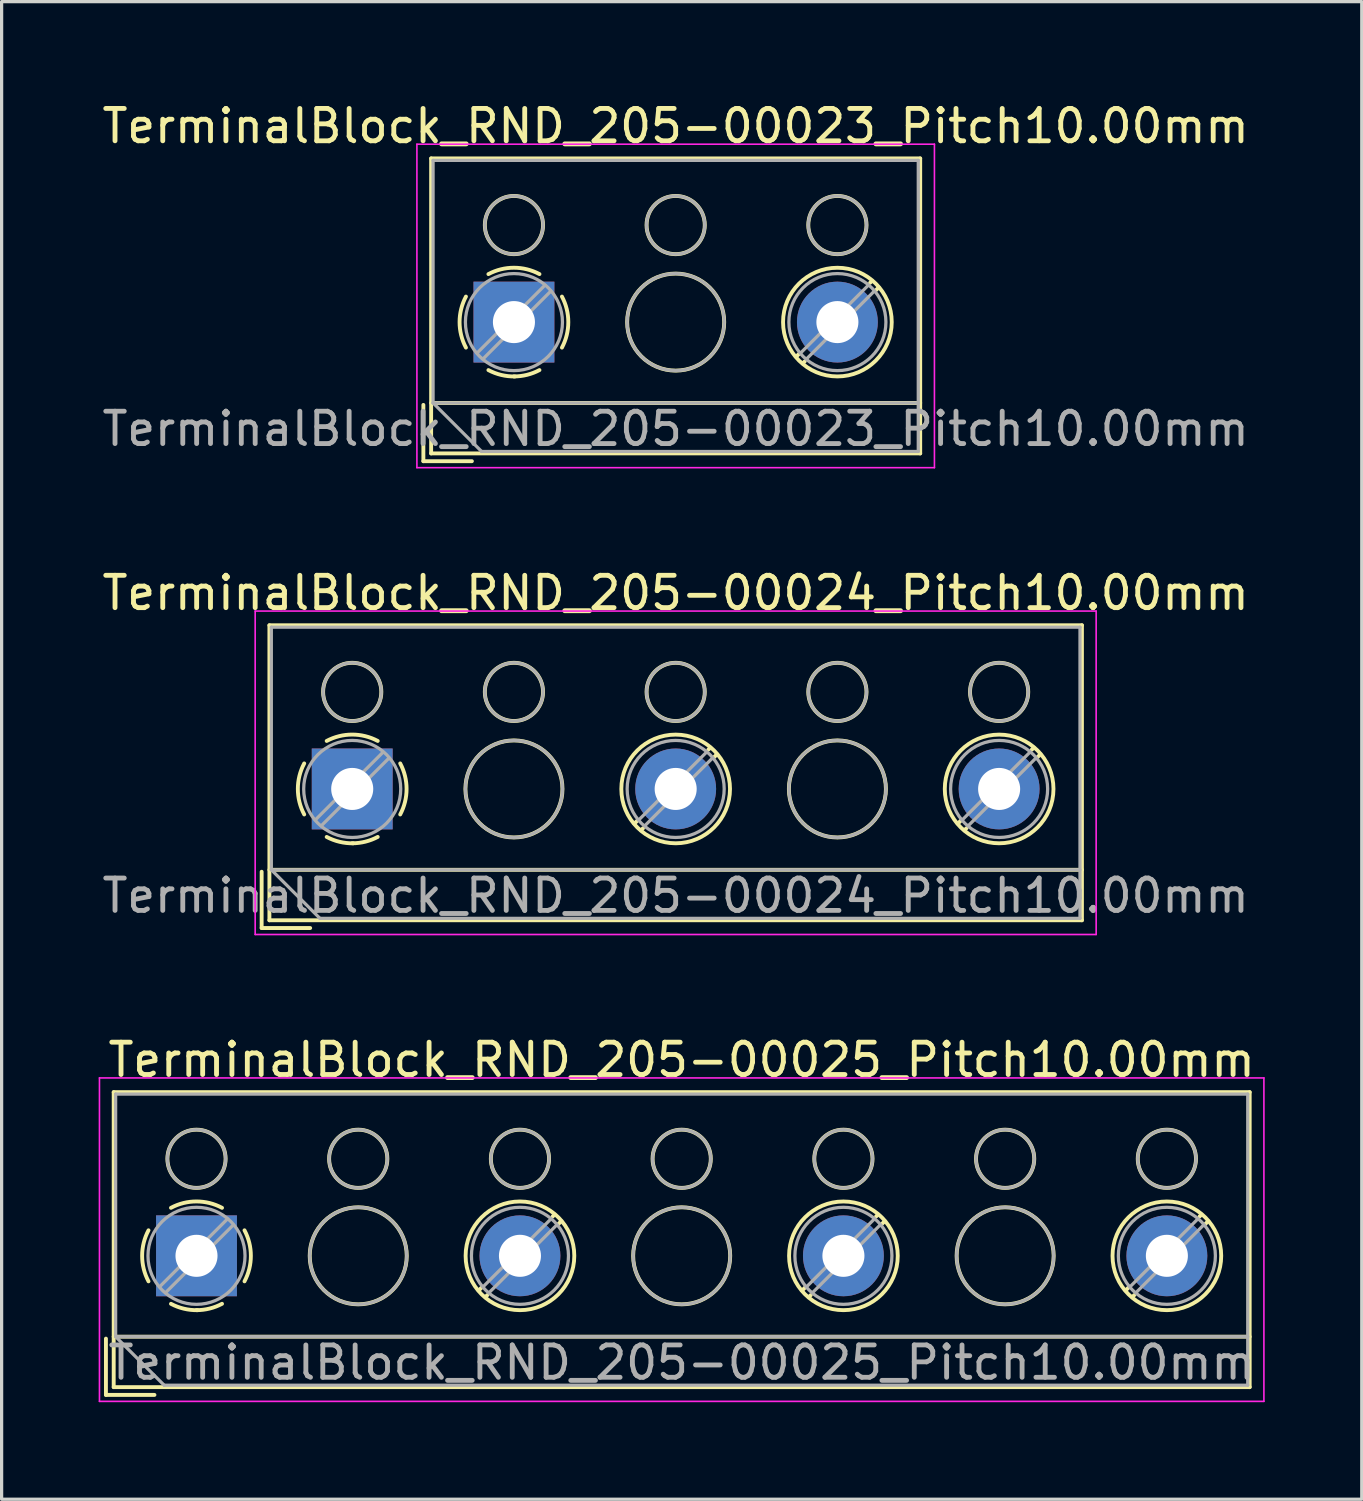
<source format=kicad_pcb>
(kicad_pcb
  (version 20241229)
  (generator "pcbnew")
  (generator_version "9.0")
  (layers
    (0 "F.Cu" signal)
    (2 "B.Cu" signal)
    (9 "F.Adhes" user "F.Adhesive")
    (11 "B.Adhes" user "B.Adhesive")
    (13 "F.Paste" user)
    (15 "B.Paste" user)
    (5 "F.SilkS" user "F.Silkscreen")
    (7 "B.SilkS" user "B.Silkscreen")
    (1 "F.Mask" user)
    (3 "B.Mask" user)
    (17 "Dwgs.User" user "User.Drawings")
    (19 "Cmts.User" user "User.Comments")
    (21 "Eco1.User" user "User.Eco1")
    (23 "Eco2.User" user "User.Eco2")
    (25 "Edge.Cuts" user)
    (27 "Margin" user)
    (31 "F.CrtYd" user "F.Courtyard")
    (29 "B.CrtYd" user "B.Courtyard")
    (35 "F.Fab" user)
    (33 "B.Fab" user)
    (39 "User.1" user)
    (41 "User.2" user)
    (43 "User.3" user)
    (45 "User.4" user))
  (footprint "TerminalBlock_RND_205-00024_Pitch10.00mm"
    (layer "F.Cu")
    (at 7.839 21.341)
    (property "Reference" "TerminalBlock_RND_205-00024_Pitch10.00mm" (at 10 -6.06 0) (layer "F.SilkS") (effects (font (size 1 1) (thickness 0.15))))
    (attr through_hole)
    (fp_line (start -2.8 2.56) (end -2.8 4.3) (stroke (width 0.12) (type solid)) (layer "F.SilkS"))
    (fp_line (start -2.8 4.3) (end -1.3 4.3) (stroke (width 0.12) (type solid)) (layer "F.SilkS"))
    (fp_line (start -2.56 -5.06) (end -2.56 4.06) (stroke (width 0.12) (type solid)) (layer "F.SilkS"))
    (fp_line (start -2.56 2.5) (end 22.56 2.5) (stroke (width 0.12) (type solid)) (layer "F.SilkS"))
    (fp_line (start -2.56 4.06) (end 22.56 4.06) (stroke (width 0.12) (type solid)) (layer "F.SilkS"))
    (fp_line (start 8.82 0.976) (end 8.726 1.069) (stroke (width 0.12) (type solid)) (layer "F.SilkS"))
    (fp_line (start 8.99 1.216) (end 8.931 1.274) (stroke (width 0.12) (type solid)) (layer "F.SilkS"))
    (fp_line (start 11.07 -1.275) (end 11.011 -1.216) (stroke (width 0.12) (type solid)) (layer "F.SilkS"))
    (fp_line (start 11.275 -1.069) (end 11.181 -0.976) (stroke (width 0.12) (type solid)) (layer "F.SilkS"))
    (fp_line (start 18.82 0.976) (end 18.726 1.069) (stroke (width 0.12) (type solid)) (layer "F.SilkS"))
    (fp_line (start 18.99 1.216) (end 18.931 1.274) (stroke (width 0.12) (type solid)) (layer "F.SilkS"))
    (fp_line (start 21.07 -1.275) (end 21.011 -1.216) (stroke (width 0.12) (type solid)) (layer "F.SilkS"))
    (fp_line (start 21.275 -1.069) (end 21.181 -0.976) (stroke (width 0.12) (type solid)) (layer "F.SilkS"))
    (fp_line (start 22.56 -5.06) (end -2.56 -5.06) (stroke (width 0.12) (type solid)) (layer "F.SilkS"))
    (fp_line (start 22.56 4.06) (end 22.56 -5.06) (stroke (width 0.12) (type solid)) (layer "F.SilkS"))
    (fp_arc (start -1.483953 0.789089) (mid -1.680708 0.00005) (end -1.484 -0.789) (stroke (width 0.12) (type solid)) (layer "F.SilkS"))
    (fp_arc (start -0.789089 -1.483953) (mid -0.00005 -1.680708) (end 0.789 -1.484) (stroke (width 0.12) (type solid)) (layer "F.SilkS"))
    (fp_arc (start 0.029383 1.68045) (mid -0.392304 1.634281) (end -0.789 1.484) (stroke (width 0.12) (type solid)) (layer "F.SilkS"))
    (fp_arc (start 0.788712 1.483352) (mid 0.406429 1.630097) (end 0 1.68) (stroke (width 0.12) (type solid)) (layer "F.SilkS"))
    (fp_arc (start 1.483953 -0.789089) (mid 1.680708 -0.00005) (end 1.484 0.789) (stroke (width 0.12) (type solid)) (layer "F.SilkS"))
    (fp_circle (center 0 -3) (end 0.9 -3) (stroke (width 0.12) (type solid)) (fill no) (layer "F.SilkS"))
    (fp_circle (center 5 -3) (end 5.9 -3) (stroke (width 0.12) (type solid)) (fill no) (layer "F.SilkS"))
    (fp_circle (center 5 0) (end 6.5 0) (stroke (width 0.12) (type solid)) (fill no) (layer "F.SilkS"))
    (fp_circle (center 10 -3) (end 10.9 -3) (stroke (width 0.12) (type solid)) (fill no) (layer "F.SilkS"))
    (fp_circle (center 10 0) (end 11.68 0) (stroke (width 0.12) (type solid)) (fill no) (layer "F.SilkS"))
    (fp_circle (center 15 -3) (end 15.9 -3) (stroke (width 0.12) (type solid)) (fill no) (layer "F.SilkS"))
    (fp_circle (center 15 0) (end 16.5 0) (stroke (width 0.12) (type solid)) (fill no) (layer "F.SilkS"))
    (fp_circle (center 20 -3) (end 20.9 -3) (stroke (width 0.12) (type solid)) (fill no) (layer "F.SilkS"))
    (fp_circle (center 20 0) (end 21.68 0) (stroke (width 0.12) (type solid)) (fill no) (layer "F.SilkS"))
    (fp_line (start -3 -5.5) (end -3 4.5) (stroke (width 0.05) (type solid)) (layer "F.CrtYd"))
    (fp_line (start -3 4.5) (end 23 4.5) (stroke (width 0.05) (type solid)) (layer "F.CrtYd"))
    (fp_line (start 23 -5.5) (end -3 -5.5) (stroke (width 0.05) (type solid)) (layer "F.CrtYd"))
    (fp_line (start 23 4.5) (end 23 -5.5) (stroke (width 0.05) (type solid)) (layer "F.CrtYd"))
    (fp_line (start -2.5 -5) (end 22.5 -5) (stroke (width 0.1) (type solid)) (layer "F.Fab"))
    (fp_line (start -2.5 2.5) (end -2.5 -5) (stroke (width 0.1) (type solid)) (layer "F.Fab"))
    (fp_line (start -2.5 2.5) (end 22.5 2.5) (stroke (width 0.1) (type solid)) (layer "F.Fab"))
    (fp_line (start -1 4) (end -2.5 2.5) (stroke (width 0.1) (type solid)) (layer "F.Fab"))
    (fp_line (start 0.955 -1.138) (end -1.138 0.955) (stroke (width 0.1) (type solid)) (layer "F.Fab"))
    (fp_line (start 1.138 -0.955) (end -0.955 1.138) (stroke (width 0.1) (type solid)) (layer "F.Fab"))
    (fp_line (start 10.955 -1.138) (end 8.863 0.955) (stroke (width 0.1) (type solid)) (layer "F.Fab"))
    (fp_line (start 11.138 -0.955) (end 9.046 1.138) (stroke (width 0.1) (type solid)) (layer "F.Fab"))
    (fp_line (start 20.955 -1.138) (end 18.863 0.955) (stroke (width 0.1) (type solid)) (layer "F.Fab"))
    (fp_line (start 21.138 -0.955) (end 19.046 1.138) (stroke (width 0.1) (type solid)) (layer "F.Fab"))
    (fp_line (start 22.5 -5) (end 22.5 4) (stroke (width 0.1) (type solid)) (layer "F.Fab"))
    (fp_line (start 22.5 4) (end -1 4) (stroke (width 0.1) (type solid)) (layer "F.Fab"))
    (fp_circle (center 0 -3) (end 0.9 -3) (stroke (width 0.1) (type solid)) (fill no) (layer "F.Fab"))
    (fp_circle (center 0 0) (end 1.5 0) (stroke (width 0.1) (type solid)) (fill no) (layer "F.Fab"))
    (fp_circle (center 5 -3) (end 5.9 -3) (stroke (width 0.1) (type solid)) (fill no) (layer "F.Fab"))
    (fp_circle (center 5 0) (end 6.5 0) (stroke (width 0.1) (type solid)) (fill no) (layer "F.Fab"))
    (fp_circle (center 10 -3) (end 10.9 -3) (stroke (width 0.1) (type solid)) (fill no) (layer "F.Fab"))
    (fp_circle (center 10 0) (end 11.5 0) (stroke (width 0.1) (type solid)) (fill no) (layer "F.Fab"))
    (fp_circle (center 15 -3) (end 15.9 -3) (stroke (width 0.1) (type solid)) (fill no) (layer "F.Fab"))
    (fp_circle (center 15 0) (end 16.5 0) (stroke (width 0.1) (type solid)) (fill no) (layer "F.Fab"))
    (fp_circle (center 20 -3) (end 20.9 -3) (stroke (width 0.1) (type solid)) (fill no) (layer "F.Fab"))
    (fp_circle (center 20 0) (end 21.5 0) (stroke (width 0.1) (type solid)) (fill no) (layer "F.Fab"))
    (fp_text user "${REFERENCE}" (at 10 3.3 0) (layer "F.Fab") (effects (font (size 1 1) (thickness 0.15))))
    (pad "1" thru_hole rect (at 0 0) (size 2.5 2.5) (drill 1.3) (layers "*.Cu" "*.Mask"))
    (pad "2" thru_hole circle (at 10 0) (size 2.5 2.5) (drill 1.3) (layers "*.Cu" "*.Mask"))
    (pad "3" thru_hole circle (at 20 0) (size 2.5 2.5) (drill 1.3) (layers "*.Cu" "*.Mask")))
  (footprint "TerminalBlock_RND_205-00025_Pitch10.00mm"
    (layer "F.Cu")
    (at 3.025 35.775)
    (property "Reference" "TerminalBlock_RND_205-00025_Pitch10.00mm" (at 15 -6.06 0) (layer "F.SilkS") (effects (font (size 1 1) (thickness 0.15))))
    (attr through_hole)
    (fp_line (start -2.8 2.56) (end -2.8 4.3) (stroke (width 0.12) (type solid)) (layer "F.SilkS"))
    (fp_line (start -2.8 4.3) (end -1.3 4.3) (stroke (width 0.12) (type solid)) (layer "F.SilkS"))
    (fp_line (start -2.56 -5.06) (end -2.56 4.06) (stroke (width 0.12) (type solid)) (layer "F.SilkS"))
    (fp_line (start -2.56 2.5) (end 32.56 2.5) (stroke (width 0.12) (type solid)) (layer "F.SilkS"))
    (fp_line (start -2.56 4.06) (end 32.56 4.06) (stroke (width 0.12) (type solid)) (layer "F.SilkS"))
    (fp_line (start 8.82 0.976) (end 8.726 1.069) (stroke (width 0.12) (type solid)) (layer "F.SilkS"))
    (fp_line (start 8.99 1.216) (end 8.931 1.274) (stroke (width 0.12) (type solid)) (layer "F.SilkS"))
    (fp_line (start 11.07 -1.275) (end 11.011 -1.216) (stroke (width 0.12) (type solid)) (layer "F.SilkS"))
    (fp_line (start 11.275 -1.069) (end 11.181 -0.976) (stroke (width 0.12) (type solid)) (layer "F.SilkS"))
    (fp_line (start 18.82 0.976) (end 18.726 1.069) (stroke (width 0.12) (type solid)) (layer "F.SilkS"))
    (fp_line (start 18.99 1.216) (end 18.931 1.274) (stroke (width 0.12) (type solid)) (layer "F.SilkS"))
    (fp_line (start 21.07 -1.275) (end 21.011 -1.216) (stroke (width 0.12) (type solid)) (layer "F.SilkS"))
    (fp_line (start 21.275 -1.069) (end 21.181 -0.976) (stroke (width 0.12) (type solid)) (layer "F.SilkS"))
    (fp_line (start 28.82 0.976) (end 28.726 1.069) (stroke (width 0.12) (type solid)) (layer "F.SilkS"))
    (fp_line (start 28.99 1.216) (end 28.931 1.274) (stroke (width 0.12) (type solid)) (layer "F.SilkS"))
    (fp_line (start 31.07 -1.275) (end 31.011 -1.216) (stroke (width 0.12) (type solid)) (layer "F.SilkS"))
    (fp_line (start 31.275 -1.069) (end 31.181 -0.976) (stroke (width 0.12) (type solid)) (layer "F.SilkS"))
    (fp_line (start 32.56 -5.06) (end -2.56 -5.06) (stroke (width 0.12) (type solid)) (layer "F.SilkS"))
    (fp_line (start 32.56 4.06) (end 32.56 -5.06) (stroke (width 0.12) (type solid)) (layer "F.SilkS"))
    (fp_arc (start -1.483953 0.789089) (mid -1.680708 0.00005) (end -1.484 -0.789) (stroke (width 0.12) (type solid)) (layer "F.SilkS"))
    (fp_arc (start -0.789089 -1.483953) (mid -0.00005 -1.680708) (end 0.789 -1.484) (stroke (width 0.12) (type solid)) (layer "F.SilkS"))
    (fp_arc (start 0.029383 1.68045) (mid -0.392304 1.634281) (end -0.789 1.484) (stroke (width 0.12) (type solid)) (layer "F.SilkS"))
    (fp_arc (start 0.788712 1.483352) (mid 0.406429 1.630097) (end 0 1.68) (stroke (width 0.12) (type solid)) (layer "F.SilkS"))
    (fp_arc (start 1.483953 -0.789089) (mid 1.680708 -0.00005) (end 1.484 0.789) (stroke (width 0.12) (type solid)) (layer "F.SilkS"))
    (fp_circle (center 0 -3) (end 0.9 -3) (stroke (width 0.12) (type solid)) (fill no) (layer "F.SilkS"))
    (fp_circle (center 5 -3) (end 5.9 -3) (stroke (width 0.12) (type solid)) (fill no) (layer "F.SilkS"))
    (fp_circle (center 5 0) (end 6.5 0) (stroke (width 0.12) (type solid)) (fill no) (layer "F.SilkS"))
    (fp_circle (center 10 -3) (end 10.9 -3) (stroke (width 0.12) (type solid)) (fill no) (layer "F.SilkS"))
    (fp_circle (center 10 0) (end 11.68 0) (stroke (width 0.12) (type solid)) (fill no) (layer "F.SilkS"))
    (fp_circle (center 15 -3) (end 15.9 -3) (stroke (width 0.12) (type solid)) (fill no) (layer "F.SilkS"))
    (fp_circle (center 15 0) (end 16.5 0) (stroke (width 0.12) (type solid)) (fill no) (layer "F.SilkS"))
    (fp_circle (center 20 -3) (end 20.9 -3) (stroke (width 0.12) (type solid)) (fill no) (layer "F.SilkS"))
    (fp_circle (center 20 0) (end 21.68 0) (stroke (width 0.12) (type solid)) (fill no) (layer "F.SilkS"))
    (fp_circle (center 25 -3) (end 25.9 -3) (stroke (width 0.12) (type solid)) (fill no) (layer "F.SilkS"))
    (fp_circle (center 25 0) (end 26.5 0) (stroke (width 0.12) (type solid)) (fill no) (layer "F.SilkS"))
    (fp_circle (center 30 -3) (end 30.9 -3) (stroke (width 0.12) (type solid)) (fill no) (layer "F.SilkS"))
    (fp_circle (center 30 0) (end 31.68 0) (stroke (width 0.12) (type solid)) (fill no) (layer "F.SilkS"))
    (fp_line (start -3 -5.5) (end -3 4.5) (stroke (width 0.05) (type solid)) (layer "F.CrtYd"))
    (fp_line (start -3 4.5) (end 33 4.5) (stroke (width 0.05) (type solid)) (layer "F.CrtYd"))
    (fp_line (start 33 -5.5) (end -3 -5.5) (stroke (width 0.05) (type solid)) (layer "F.CrtYd"))
    (fp_line (start 33 4.5) (end 33 -5.5) (stroke (width 0.05) (type solid)) (layer "F.CrtYd"))
    (fp_line (start -2.5 -5) (end 32.5 -5) (stroke (width 0.1) (type solid)) (layer "F.Fab"))
    (fp_line (start -2.5 2.5) (end -2.5 -5) (stroke (width 0.1) (type solid)) (layer "F.Fab"))
    (fp_line (start -2.5 2.5) (end 32.5 2.5) (stroke (width 0.1) (type solid)) (layer "F.Fab"))
    (fp_line (start -1 4) (end -2.5 2.5) (stroke (width 0.1) (type solid)) (layer "F.Fab"))
    (fp_line (start 0.955 -1.138) (end -1.138 0.955) (stroke (width 0.1) (type solid)) (layer "F.Fab"))
    (fp_line (start 1.138 -0.955) (end -0.955 1.138) (stroke (width 0.1) (type solid)) (layer "F.Fab"))
    (fp_line (start 10.955 -1.138) (end 8.863 0.955) (stroke (width 0.1) (type solid)) (layer "F.Fab"))
    (fp_line (start 11.138 -0.955) (end 9.046 1.138) (stroke (width 0.1) (type solid)) (layer "F.Fab"))
    (fp_line (start 20.955 -1.138) (end 18.863 0.955) (stroke (width 0.1) (type solid)) (layer "F.Fab"))
    (fp_line (start 21.138 -0.955) (end 19.046 1.138) (stroke (width 0.1) (type solid)) (layer "F.Fab"))
    (fp_line (start 30.955 -1.138) (end 28.863 0.955) (stroke (width 0.1) (type solid)) (layer "F.Fab"))
    (fp_line (start 31.138 -0.955) (end 29.046 1.138) (stroke (width 0.1) (type solid)) (layer "F.Fab"))
    (fp_line (start 32.5 -5) (end 32.5 4) (stroke (width 0.1) (type solid)) (layer "F.Fab"))
    (fp_line (start 32.5 4) (end -1 4) (stroke (width 0.1) (type solid)) (layer "F.Fab"))
    (fp_circle (center 0 -3) (end 0.9 -3) (stroke (width 0.1) (type solid)) (fill no) (layer "F.Fab"))
    (fp_circle (center 0 0) (end 1.5 0) (stroke (width 0.1) (type solid)) (fill no) (layer "F.Fab"))
    (fp_circle (center 5 -3) (end 5.9 -3) (stroke (width 0.1) (type solid)) (fill no) (layer "F.Fab"))
    (fp_circle (center 5 0) (end 6.5 0) (stroke (width 0.1) (type solid)) (fill no) (layer "F.Fab"))
    (fp_circle (center 10 -3) (end 10.9 -3) (stroke (width 0.1) (type solid)) (fill no) (layer "F.Fab"))
    (fp_circle (center 10 0) (end 11.5 0) (stroke (width 0.1) (type solid)) (fill no) (layer "F.Fab"))
    (fp_circle (center 15 -3) (end 15.9 -3) (stroke (width 0.1) (type solid)) (fill no) (layer "F.Fab"))
    (fp_circle (center 15 0) (end 16.5 0) (stroke (width 0.1) (type solid)) (fill no) (layer "F.Fab"))
    (fp_circle (center 20 -3) (end 20.9 -3) (stroke (width 0.1) (type solid)) (fill no) (layer "F.Fab"))
    (fp_circle (center 20 0) (end 21.5 0) (stroke (width 0.1) (type solid)) (fill no) (layer "F.Fab"))
    (fp_circle (center 25 -3) (end 25.9 -3) (stroke (width 0.1) (type solid)) (fill no) (layer "F.Fab"))
    (fp_circle (center 25 0) (end 26.5 0) (stroke (width 0.1) (type solid)) (fill no) (layer "F.Fab"))
    (fp_circle (center 30 -3) (end 30.9 -3) (stroke (width 0.1) (type solid)) (fill no) (layer "F.Fab"))
    (fp_circle (center 30 0) (end 31.5 0) (stroke (width 0.1) (type solid)) (fill no) (layer "F.Fab"))
    (fp_text user "${REFERENCE}" (at 15 3.3 0) (layer "F.Fab") (effects (font (size 1 1) (thickness 0.15))))
    (pad "1" thru_hole rect (at 0 0) (size 2.5 2.5) (drill 1.3) (layers "*.Cu" "*.Mask"))
    (pad "2" thru_hole circle (at 10 0) (size 2.5 2.5) (drill 1.3) (layers "*.Cu" "*.Mask"))
    (pad "3" thru_hole circle (at 20 0) (size 2.5 2.5) (drill 1.3) (layers "*.Cu" "*.Mask"))
    (pad "4" thru_hole circle (at 30 0) (size 2.5 2.5) (drill 1.3) (layers "*.Cu" "*.Mask")))
  (footprint "TerminalBlock_RND_205-00023_Pitch10.00mm"
    (layer "F.Cu")
    (at 12.839 6.908)
    (property "Reference" "TerminalBlock_RND_205-00023_Pitch10.00mm" (at 5 -6.06 0) (layer "F.SilkS") (effects (font (size 1 1) (thickness 0.15))))
    (attr through_hole)
    (fp_line (start -2.8 2.56) (end -2.8 4.3) (stroke (width 0.12) (type solid)) (layer "F.SilkS"))
    (fp_line (start -2.8 4.3) (end -1.3 4.3) (stroke (width 0.12) (type solid)) (layer "F.SilkS"))
    (fp_line (start -2.56 -5.06) (end -2.56 4.06) (stroke (width 0.12) (type solid)) (layer "F.SilkS"))
    (fp_line (start -2.56 2.5) (end 12.56 2.5) (stroke (width 0.12) (type solid)) (layer "F.SilkS"))
    (fp_line (start -2.56 4.06) (end 12.56 4.06) (stroke (width 0.12) (type solid)) (layer "F.SilkS"))
    (fp_line (start 8.82 0.976) (end 8.726 1.069) (stroke (width 0.12) (type solid)) (layer "F.SilkS"))
    (fp_line (start 8.99 1.216) (end 8.931 1.274) (stroke (width 0.12) (type solid)) (layer "F.SilkS"))
    (fp_line (start 11.07 -1.275) (end 11.011 -1.216) (stroke (width 0.12) (type solid)) (layer "F.SilkS"))
    (fp_line (start 11.275 -1.069) (end 11.181 -0.976) (stroke (width 0.12) (type solid)) (layer "F.SilkS"))
    (fp_line (start 12.56 -5.06) (end -2.56 -5.06) (stroke (width 0.12) (type solid)) (layer "F.SilkS"))
    (fp_line (start 12.56 4.06) (end 12.56 -5.06) (stroke (width 0.12) (type solid)) (layer "F.SilkS"))
    (fp_arc (start -1.483953 0.789089) (mid -1.680708 0.00005) (end -1.484 -0.789) (stroke (width 0.12) (type solid)) (layer "F.SilkS"))
    (fp_arc (start -0.789089 -1.483953) (mid -0.00005 -1.680708) (end 0.789 -1.484) (stroke (width 0.12) (type solid)) (layer "F.SilkS"))
    (fp_arc (start 0.029383 1.68045) (mid -0.392304 1.634281) (end -0.789 1.484) (stroke (width 0.12) (type solid)) (layer "F.SilkS"))
    (fp_arc (start 0.788712 1.483352) (mid 0.406429 1.630097) (end 0 1.68) (stroke (width 0.12) (type solid)) (layer "F.SilkS"))
    (fp_arc (start 1.483953 -0.789089) (mid 1.680708 -0.00005) (end 1.484 0.789) (stroke (width 0.12) (type solid)) (layer "F.SilkS"))
    (fp_circle (center 0 -3) (end 0.9 -3) (stroke (width 0.12) (type solid)) (fill no) (layer "F.SilkS"))
    (fp_circle (center 5 -3) (end 5.9 -3) (stroke (width 0.12) (type solid)) (fill no) (layer "F.SilkS"))
    (fp_circle (center 5 0) (end 6.5 0) (stroke (width 0.12) (type solid)) (fill no) (layer "F.SilkS"))
    (fp_circle (center 10 -3) (end 10.9 -3) (stroke (width 0.12) (type solid)) (fill no) (layer "F.SilkS"))
    (fp_circle (center 10 0) (end 11.68 0) (stroke (width 0.12) (type solid)) (fill no) (layer "F.SilkS"))
    (fp_line (start -3 -5.5) (end -3 4.5) (stroke (width 0.05) (type solid)) (layer "F.CrtYd"))
    (fp_line (start -3 4.5) (end 13 4.5) (stroke (width 0.05) (type solid)) (layer "F.CrtYd"))
    (fp_line (start 13 -5.5) (end -3 -5.5) (stroke (width 0.05) (type solid)) (layer "F.CrtYd"))
    (fp_line (start 13 4.5) (end 13 -5.5) (stroke (width 0.05) (type solid)) (layer "F.CrtYd"))
    (fp_line (start -2.5 -5) (end 12.5 -5) (stroke (width 0.1) (type solid)) (layer "F.Fab"))
    (fp_line (start -2.5 2.5) (end -2.5 -5) (stroke (width 0.1) (type solid)) (layer "F.Fab"))
    (fp_line (start -2.5 2.5) (end 12.5 2.5) (stroke (width 0.1) (type solid)) (layer "F.Fab"))
    (fp_line (start -1 4) (end -2.5 2.5) (stroke (width 0.1) (type solid)) (layer "F.Fab"))
    (fp_line (start 0.955 -1.138) (end -1.138 0.955) (stroke (width 0.1) (type solid)) (layer "F.Fab"))
    (fp_line (start 1.138 -0.955) (end -0.955 1.138) (stroke (width 0.1) (type solid)) (layer "F.Fab"))
    (fp_line (start 10.955 -1.138) (end 8.863 0.955) (stroke (width 0.1) (type solid)) (layer "F.Fab"))
    (fp_line (start 11.138 -0.955) (end 9.046 1.138) (stroke (width 0.1) (type solid)) (layer "F.Fab"))
    (fp_line (start 12.5 -5) (end 12.5 4) (stroke (width 0.1) (type solid)) (layer "F.Fab"))
    (fp_line (start 12.5 4) (end -1 4) (stroke (width 0.1) (type solid)) (layer "F.Fab"))
    (fp_circle (center 0 -3) (end 0.9 -3) (stroke (width 0.1) (type solid)) (fill no) (layer "F.Fab"))
    (fp_circle (center 0 0) (end 1.5 0) (stroke (width 0.1) (type solid)) (fill no) (layer "F.Fab"))
    (fp_circle (center 5 -3) (end 5.9 -3) (stroke (width 0.1) (type solid)) (fill no) (layer "F.Fab"))
    (fp_circle (center 5 0) (end 6.5 0) (stroke (width 0.1) (type solid)) (fill no) (layer "F.Fab"))
    (fp_circle (center 10 -3) (end 10.9 -3) (stroke (width 0.1) (type solid)) (fill no) (layer "F.Fab"))
    (fp_circle (center 10 0) (end 11.5 0) (stroke (width 0.1) (type solid)) (fill no) (layer "F.Fab"))
    (fp_text user "${REFERENCE}" (at 5 3.3 0) (layer "F.Fab") (effects (font (size 1 1) (thickness 0.15))))
    (pad "1" thru_hole rect (at 0 0) (size 2.5 2.5) (drill 1.3) (layers "*.Cu" "*.Mask"))
    (pad "2" thru_hole circle (at 10 0) (size 2.5 2.5) (drill 1.3) (layers "*.Cu" "*.Mask")))
  (gr_rect
    (start -3 -3)
    (end 39.05 43.3)
    (stroke (width 0.1) (type default))
    (fill no)
    (layer "Edge.Cuts")))
</source>
